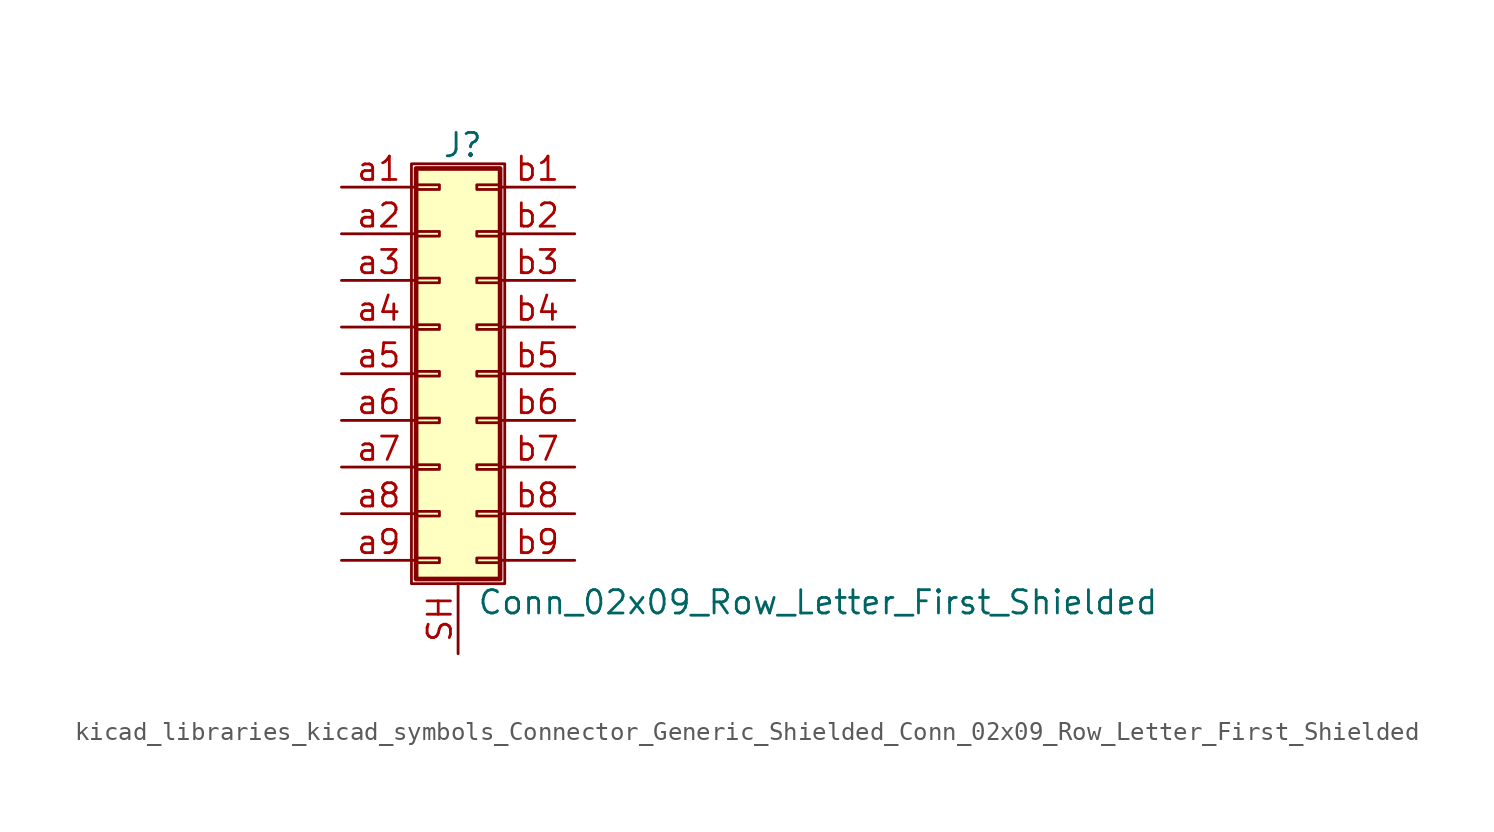
<source format=kicad_sym>
(kicad_symbol_lib
  (version 20220914)
  (generator kicad_symbol_editor)
  (symbol "kicad_libraries_kicad_symbols_Connector_Generic_Shielded_Conn_02x09_Row_Letter_First_Shielded"
    (pin_names
      (offset 1.016) hide)
    (property "Reference" "J"
      (at 1.524 12.446 0)
      (effects (font (size 1.27 1.27))))
    (property "Value" "Conn_02x09_Row_Letter_First_Shielded"
      (at 2.286 -12.446 0)
      (effects (font (size 1.27 1.27)) (justify left)))
    (symbol "kicad_libraries_kicad_symbols_Connector_Generic_Shielded_Conn_02x09_Row_Letter_First_Shielded_1_1"
      (rectangle (start -1.27 11.43) (end 3.81 -11.43) (stroke (width 0.152) (type default)) (fill (type none)))
      (rectangle (start -1.016 -10.033) (end 0.254 -10.287) (stroke (width 0.152) (type default)) (fill (type none)))
      (rectangle (start -1.016 -7.493) (end 0.254 -7.747) (stroke (width 0.152) (type default)) (fill (type none)))
      (rectangle (start -1.016 -4.953) (end 0.254 -5.207) (stroke (width 0.152) (type default)) (fill (type none)))
      (rectangle (start -1.016 -2.413) (end 0.254 -2.667) (stroke (width 0.152) (type default)) (fill (type none)))
      (rectangle (start -1.016 0.127) (end 0.254 -0.127) (stroke (width 0.152) (type default)) (fill (type none)))
      (rectangle (start -1.016 2.667) (end 0.254 2.413) (stroke (width 0.152) (type default)) (fill (type none)))
      (rectangle (start -1.016 5.207) (end 0.254 4.953) (stroke (width 0.152) (type default)) (fill (type none)))
      (rectangle (start -1.016 7.747) (end 0.254 7.493) (stroke (width 0.152) (type default)) (fill (type none)))
      (rectangle (start -1.016 10.287) (end 0.254 10.033) (stroke (width 0.152) (type default)) (fill (type none)))
      (rectangle (start -1.016 11.176) (end 3.556 -11.176) (stroke (width 0.254) (type default)) (fill (type background)))
      (rectangle (start 3.556 -10.033) (end 2.286 -10.287) (stroke (width 0.152) (type default)) (fill (type none)))
      (rectangle (start 3.556 -7.493) (end 2.286 -7.747) (stroke (width 0.152) (type default)) (fill (type none)))
      (rectangle (start 3.556 -4.953) (end 2.286 -5.207) (stroke (width 0.152) (type default)) (fill (type none)))
      (rectangle (start 3.556 -2.413) (end 2.286 -2.667) (stroke (width 0.152) (type default)) (fill (type none)))
      (rectangle (start 3.556 0.127) (end 2.286 -0.127) (stroke (width 0.152) (type default)) (fill (type none)))
      (rectangle (start 3.556 2.667) (end 2.286 2.413) (stroke (width 0.152) (type default)) (fill (type none)))
      (rectangle (start 3.556 5.207) (end 2.286 4.953) (stroke (width 0.152) (type default)) (fill (type none)))
      (rectangle (start 3.556 7.747) (end 2.286 7.493) (stroke (width 0.152) (type default)) (fill (type none)))
      (rectangle (start 3.556 10.287) (end 2.286 10.033) (stroke (width 0.152) (type default)) (fill (type none)))
      (pin passive line (at 1.27 -15.24 90) (length 3.81) (name "Shield" (effects (font (size 1.27 1.27)))) (number "SH" (effects (font (size 1.27 1.27)))))
      (pin passive line (at -5.08 10.16 0) (length 4.064) (name "Pin_a1" (effects (font (size 1.27 1.27)))) (number "a1" (effects (font (size 1.27 1.27)))))
      (pin passive line (at -5.08 7.62 0) (length 4.064) (name "Pin_a2" (effects (font (size 1.27 1.27)))) (number "a2" (effects (font (size 1.27 1.27)))))
      (pin passive line (at -5.08 5.08 0) (length 4.064) (name "Pin_a3" (effects (font (size 1.27 1.27)))) (number "a3" (effects (font (size 1.27 1.27)))))
      (pin passive line (at -5.08 2.54 0) (length 4.064) (name "Pin_a4" (effects (font (size 1.27 1.27)))) (number "a4" (effects (font (size 1.27 1.27)))))
      (pin passive line (at -5.08 0 0) (length 4.064) (name "Pin_a5" (effects (font (size 1.27 1.27)))) (number "a5" (effects (font (size 1.27 1.27)))))
      (pin passive line (at -5.08 -2.54 0) (length 4.064) (name "Pin_a6" (effects (font (size 1.27 1.27)))) (number "a6" (effects (font (size 1.27 1.27)))))
      (pin passive line (at -5.08 -5.08 0) (length 4.064) (name "Pin_a7" (effects (font (size 1.27 1.27)))) (number "a7" (effects (font (size 1.27 1.27)))))
      (pin passive line (at -5.08 -7.62 0) (length 4.064) (name "Pin_a8" (effects (font (size 1.27 1.27)))) (number "a8" (effects (font (size 1.27 1.27)))))
      (pin passive line (at -5.08 -10.16 0) (length 4.064) (name "Pin_a9" (effects (font (size 1.27 1.27)))) (number "a9" (effects (font (size 1.27 1.27)))))
      (pin passive line (at 7.62 10.16 180) (length 4.064) (name "Pin_b1" (effects (font (size 1.27 1.27)))) (number "b1" (effects (font (size 1.27 1.27)))))
      (pin passive line (at 7.62 7.62 180) (length 4.064) (name "Pin_b2" (effects (font (size 1.27 1.27)))) (number "b2" (effects (font (size 1.27 1.27)))))
      (pin passive line (at 7.62 5.08 180) (length 4.064) (name "Pin_b3" (effects (font (size 1.27 1.27)))) (number "b3" (effects (font (size 1.27 1.27)))))
      (pin passive line (at 7.62 2.54 180) (length 4.064) (name "Pin_b4" (effects (font (size 1.27 1.27)))) (number "b4" (effects (font (size 1.27 1.27)))))
      (pin passive line (at 7.62 0 180) (length 4.064) (name "Pin_b5" (effects (font (size 1.27 1.27)))) (number "b5" (effects (font (size 1.27 1.27)))))
      (pin passive line (at 7.62 -2.54 180) (length 4.064) (name "Pin_b6" (effects (font (size 1.27 1.27)))) (number "b6" (effects (font (size 1.27 1.27)))))
      (pin passive line (at 7.62 -5.08 180) (length 4.064) (name "Pin_b7" (effects (font (size 1.27 1.27)))) (number "b7" (effects (font (size 1.27 1.27)))))
      (pin passive line (at 7.62 -7.62 180) (length 4.064) (name "Pin_b8" (effects (font (size 1.27 1.27)))) (number "b8" (effects (font (size 1.27 1.27)))))
      (pin passive line (at 7.62 -10.16 180) (length 4.064) (name "Pin_b9" (effects (font (size 1.27 1.27)))) (number "b9" (effects (font (size 1.27 1.27))))))))
</source>
